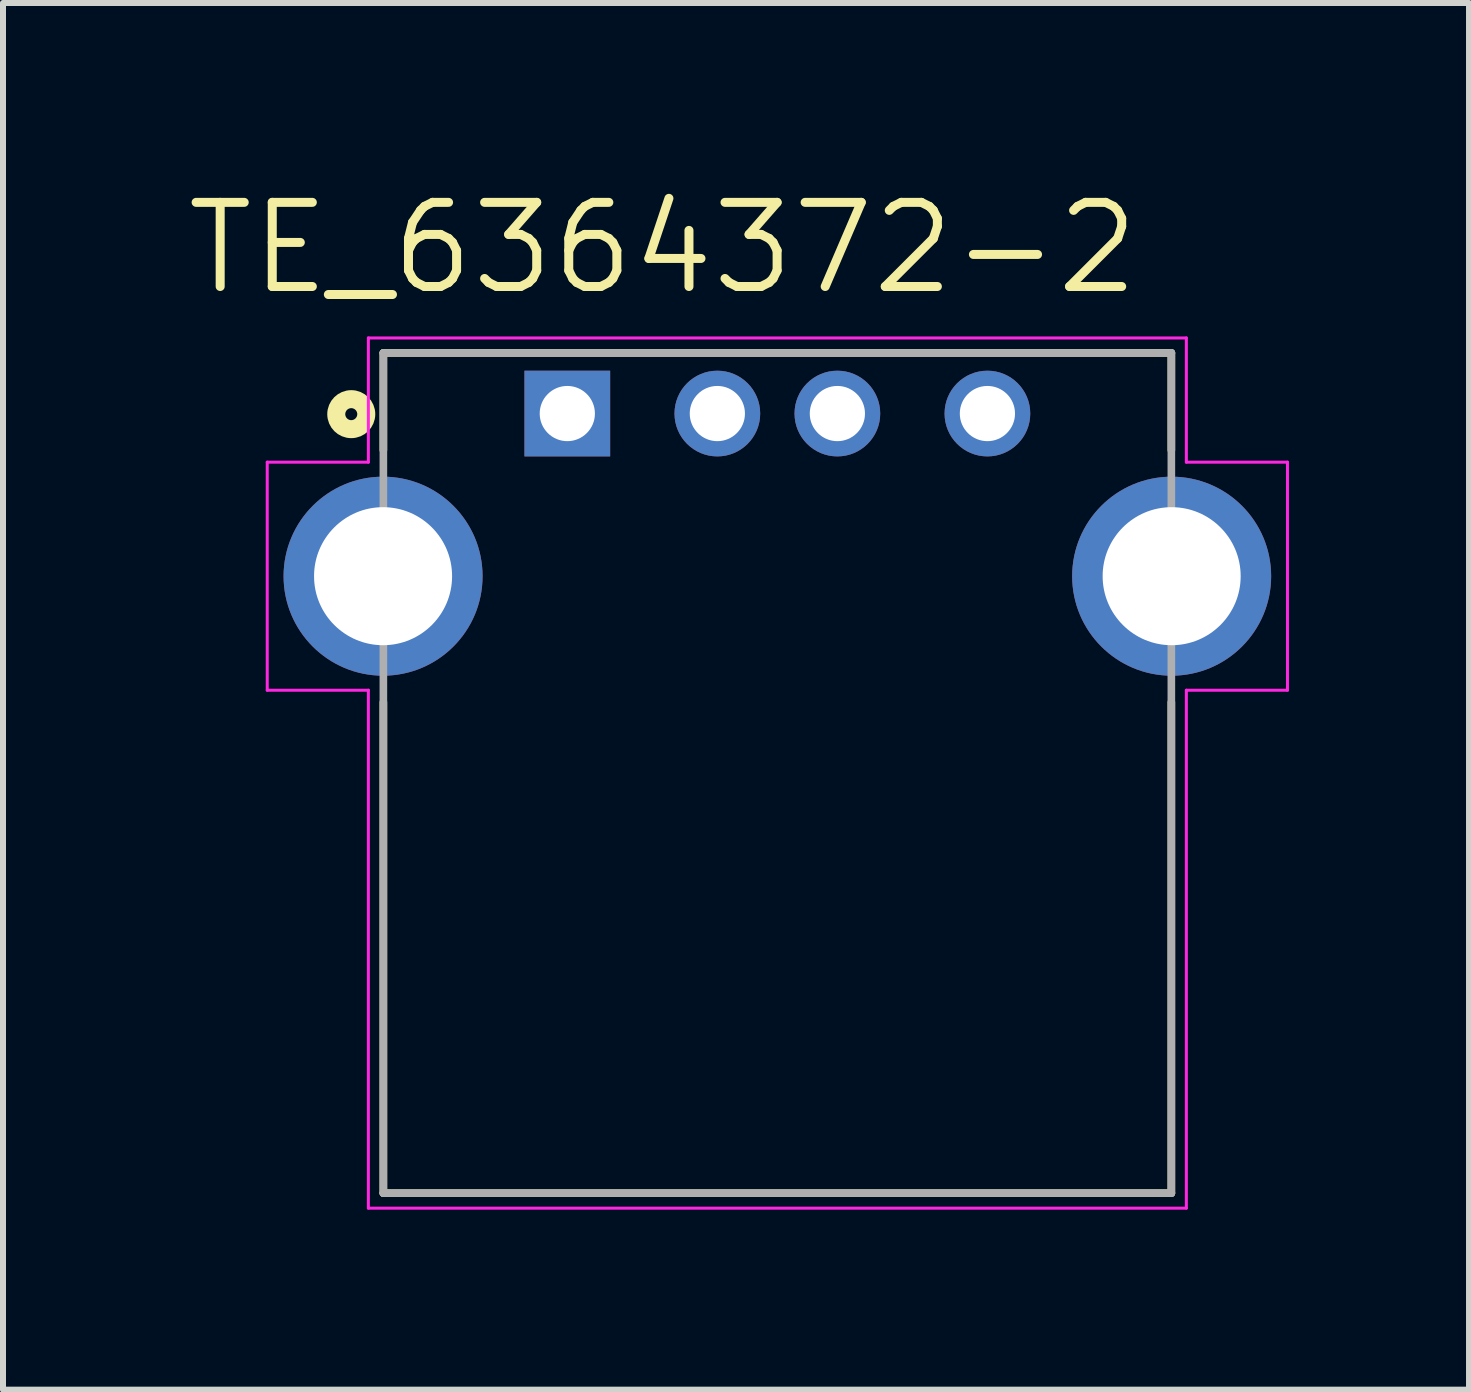
<source format=kicad_pcb>
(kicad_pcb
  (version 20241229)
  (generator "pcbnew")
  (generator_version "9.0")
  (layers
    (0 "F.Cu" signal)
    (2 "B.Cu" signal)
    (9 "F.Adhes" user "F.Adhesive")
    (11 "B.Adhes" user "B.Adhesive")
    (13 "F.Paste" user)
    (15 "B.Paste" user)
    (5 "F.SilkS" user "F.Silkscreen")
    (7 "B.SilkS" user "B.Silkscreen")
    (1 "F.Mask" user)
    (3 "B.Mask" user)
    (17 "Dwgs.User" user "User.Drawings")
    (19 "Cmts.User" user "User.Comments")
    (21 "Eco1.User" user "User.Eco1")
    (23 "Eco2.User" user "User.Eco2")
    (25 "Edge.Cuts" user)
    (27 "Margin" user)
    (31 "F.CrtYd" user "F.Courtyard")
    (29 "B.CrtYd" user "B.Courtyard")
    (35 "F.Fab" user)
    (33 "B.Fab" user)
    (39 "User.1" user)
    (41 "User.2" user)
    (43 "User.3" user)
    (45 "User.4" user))
  (footprint "TE_6364372-2"
    (layer "F.Cu")
    (at 9.903 6.551)
    (property "Reference" "TE_6364372-2" (at -1.907 -5.468 0) (layer "F.SilkS") (effects (font (size 1.402 1.402) (thickness 0.15))))
    (attr through_hole)
    (fp_line (start -6.565 -3.72) (end 6.565 -3.72) (stroke (width 0.127) (type solid)) (layer "F.SilkS"))
    (fp_line (start -6.565 -2.1) (end -6.565 -3.72) (stroke (width 0.127) (type solid)) (layer "F.SilkS"))
    (fp_line (start -6.565 10.28) (end -6.565 2.1) (stroke (width 0.127) (type solid)) (layer "F.SilkS"))
    (fp_line (start 6.565 -3.72) (end 6.565 -2.1) (stroke (width 0.127) (type solid)) (layer "F.SilkS"))
    (fp_line (start 6.565 2.1) (end 6.565 10.28) (stroke (width 0.127) (type solid)) (layer "F.SilkS"))
    (fp_line (start 6.565 10.28) (end -6.565 10.28) (stroke (width 0.127) (type solid)) (layer "F.SilkS"))
    (fp_circle (center -7.1 -2.7) (end -7 -2.7) (stroke (width 0.3) (type solid)) (fill no) (layer "F.SilkS"))
    (fp_line (start -8.5 -1.9) (end -6.815 -1.9) (stroke (width 0.05) (type solid)) (layer "F.CrtYd"))
    (fp_line (start -8.5 1.9) (end -8.5 -1.9) (stroke (width 0.05) (type solid)) (layer "F.CrtYd"))
    (fp_line (start -6.815 -3.97) (end 6.815 -3.97) (stroke (width 0.05) (type solid)) (layer "F.CrtYd"))
    (fp_line (start -6.815 -1.9) (end -6.815 -3.97) (stroke (width 0.05) (type solid)) (layer "F.CrtYd"))
    (fp_line (start -6.815 1.9) (end -8.5 1.9) (stroke (width 0.05) (type solid)) (layer "F.CrtYd"))
    (fp_line (start -6.815 10.53) (end -6.815 1.9) (stroke (width 0.05) (type solid)) (layer "F.CrtYd"))
    (fp_line (start 6.815 -3.97) (end 6.815 -1.9) (stroke (width 0.05) (type solid)) (layer "F.CrtYd"))
    (fp_line (start 6.815 -1.9) (end 8.5 -1.9) (stroke (width 0.05) (type solid)) (layer "F.CrtYd"))
    (fp_line (start 6.815 1.9) (end 6.815 10.53) (stroke (width 0.05) (type solid)) (layer "F.CrtYd"))
    (fp_line (start 6.815 10.53) (end -6.815 10.53) (stroke (width 0.05) (type solid)) (layer "F.CrtYd"))
    (fp_line (start 8.5 -1.9) (end 8.5 1.9) (stroke (width 0.05) (type solid)) (layer "F.CrtYd"))
    (fp_line (start 8.5 1.9) (end 6.815 1.9) (stroke (width 0.05) (type solid)) (layer "F.CrtYd"))
    (fp_line (start -6.565 -3.72) (end 6.565 -3.72) (stroke (width 0.127) (type solid)) (layer "F.Fab"))
    (fp_line (start -6.565 10.28) (end -6.565 -3.72) (stroke (width 0.127) (type solid)) (layer "F.Fab"))
    (fp_line (start 6.565 -3.72) (end 6.565 10.28) (stroke (width 0.127) (type solid)) (layer "F.Fab"))
    (fp_line (start 6.565 10.28) (end -6.565 10.28) (stroke (width 0.127) (type solid)) (layer "F.Fab"))
    (pad "1" thru_hole rect (at -3.5 -2.71) (size 1.428 1.428) (drill 0.92) (layers "*.Cu" "*.Mask"))
    (pad "2" thru_hole circle (at -1 -2.71) (size 1.428 1.428) (drill 0.92) (layers "*.Cu" "*.Mask"))
    (pad "3" thru_hole circle (at 1 -2.71) (size 1.428 1.428) (drill 0.92) (layers "*.Cu" "*.Mask"))
    (pad "4" thru_hole circle (at 3.5 -2.71) (size 1.428 1.428) (drill 0.92) (layers "*.Cu" "*.Mask"))
    (pad "SH1" thru_hole circle (at -6.57 0) (size 3.316 3.316) (drill 2.3) (layers "*.Cu" "*.Mask"))
    (pad "SH2" thru_hole circle (at 6.57 0) (size 3.316 3.316) (drill 2.3) (layers "*.Cu" "*.Mask")))
  (gr_rect
    (start -3 -3)
    (end 21.428 20.106)
    (stroke (width 0.1) (type default))
    (fill no)
    (layer "Edge.Cuts")))
</source>
